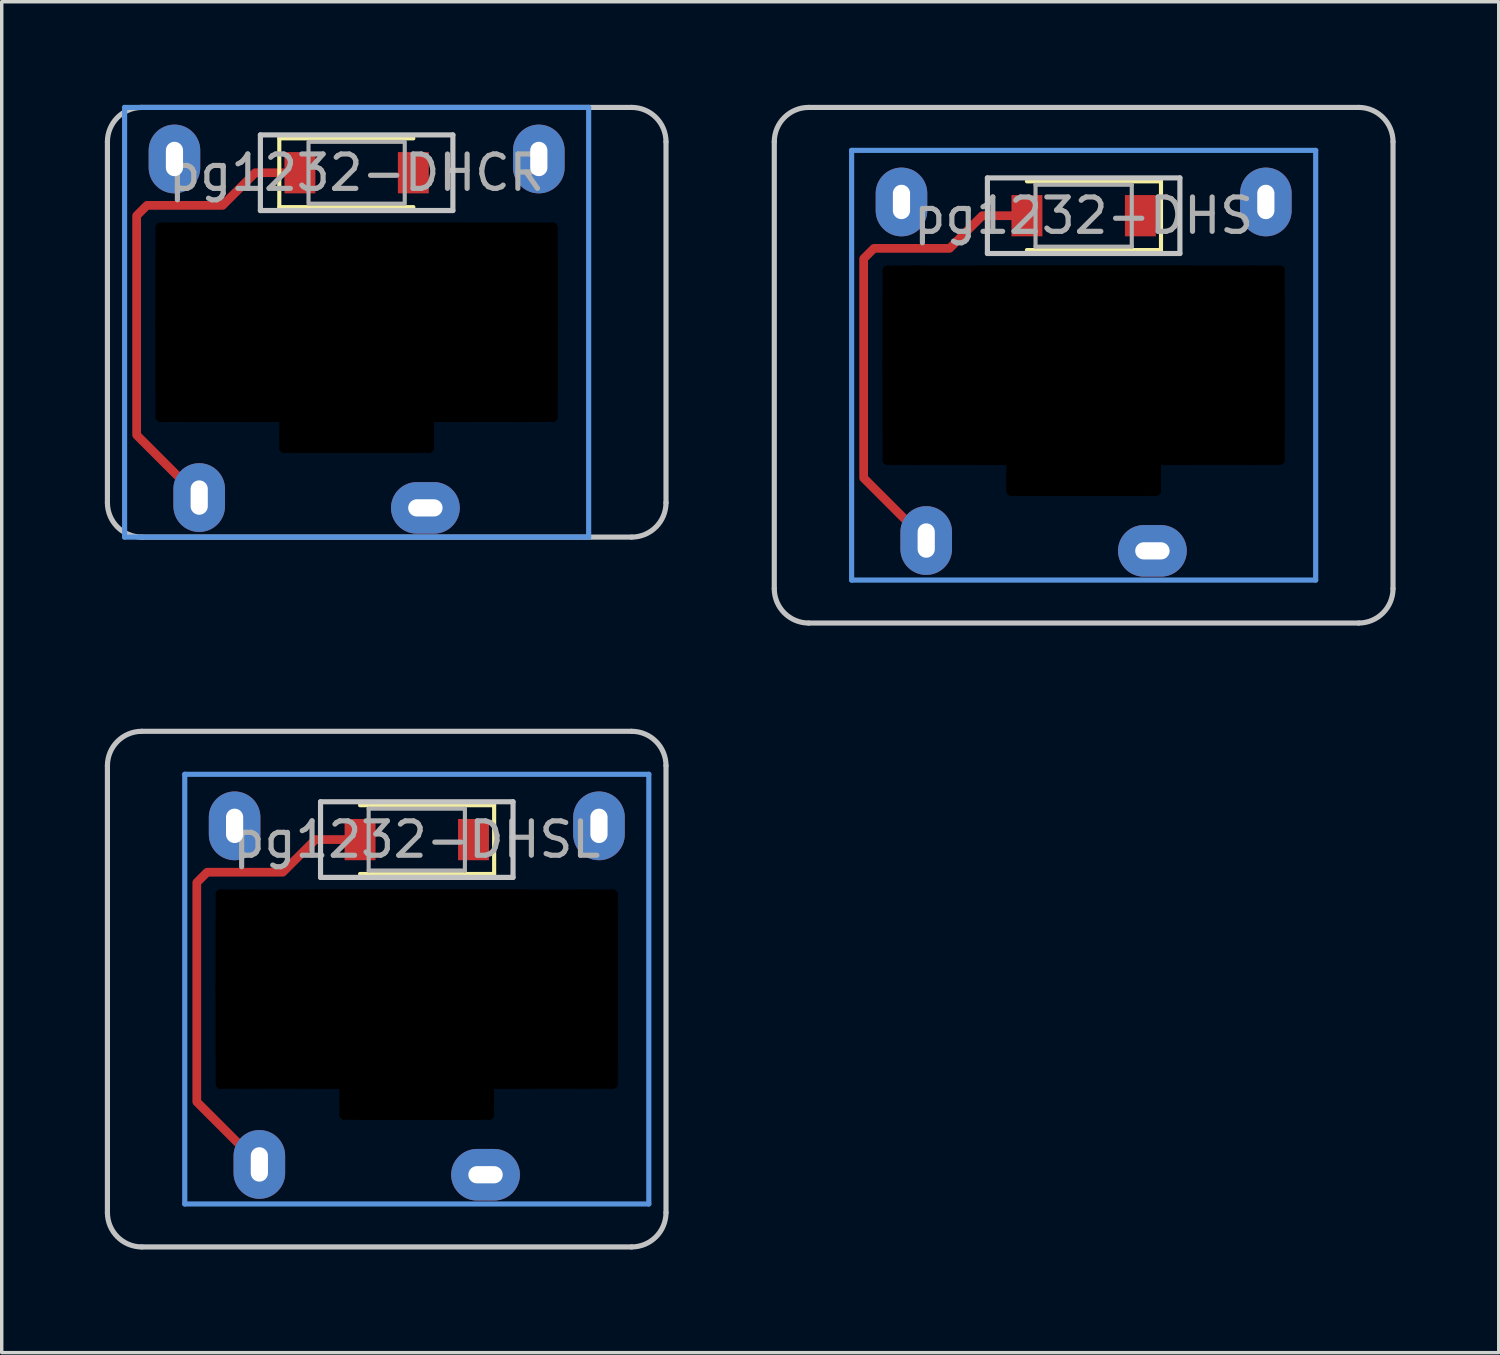
<source format=kicad_pcb>
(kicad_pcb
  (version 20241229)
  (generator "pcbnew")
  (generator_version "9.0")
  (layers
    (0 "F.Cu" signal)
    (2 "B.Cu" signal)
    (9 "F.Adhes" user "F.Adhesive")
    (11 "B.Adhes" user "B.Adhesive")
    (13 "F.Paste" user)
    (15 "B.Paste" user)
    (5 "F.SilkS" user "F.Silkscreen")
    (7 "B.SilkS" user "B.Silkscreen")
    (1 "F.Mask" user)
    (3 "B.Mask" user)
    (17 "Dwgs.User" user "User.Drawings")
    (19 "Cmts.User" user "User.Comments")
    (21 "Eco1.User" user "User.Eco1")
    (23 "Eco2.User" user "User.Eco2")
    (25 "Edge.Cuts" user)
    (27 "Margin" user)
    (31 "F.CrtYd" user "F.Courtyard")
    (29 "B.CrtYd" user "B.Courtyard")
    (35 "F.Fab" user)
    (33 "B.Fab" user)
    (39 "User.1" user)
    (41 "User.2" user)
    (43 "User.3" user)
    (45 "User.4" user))
  (footprint "pg1232-DHS"
    (layer "F.Cu")
    (at 28.475 3.225)
    (property "Reference" "pg1232-DHS" (at 0 0 0) (layer "F.Fab") (effects (font (size 1 1) (thickness 0.15))))
    (attr smd)
    (fp_line (start 2.25 -1) (end -1.65 -1) (stroke (width 0.12) (type solid)) (layer "F.SilkS"))
    (fp_line (start 2.25 -1) (end 2.25 1) (stroke (width 0.12) (type solid)) (layer "F.SilkS"))
    (fp_line (start 2.25 1) (end -1.65 1) (stroke (width 0.12) (type solid)) (layer "F.SilkS"))
    (fp_line (start -9 10.85) (end -9 -2.15) (stroke (width 0.15) (type solid)) (layer "Dwgs.User"))
    (fp_line (start -8 -3.15) (end 8 -3.15) (stroke (width 0.15) (type solid)) (layer "Dwgs.User"))
    (fp_line (start -2.8 -1.1) (end -2.8 1.1) (stroke (width 0.15) (type solid)) (layer "Dwgs.User"))
    (fp_line (start -2.8 1.1) (end 2.8 1.1) (stroke (width 0.15) (type solid)) (layer "Dwgs.User"))
    (fp_line (start 2.8 -1.1) (end -2.8 -1.1) (stroke (width 0.15) (type solid)) (layer "Dwgs.User"))
    (fp_line (start 2.8 1.1) (end 2.8 -1.1) (stroke (width 0.15) (type solid)) (layer "Dwgs.User"))
    (fp_line (start 8 11.85) (end -8 11.85) (stroke (width 0.15) (type solid)) (layer "Dwgs.User"))
    (fp_line (start 9 -2.15) (end 9 10.85) (stroke (width 0.15) (type solid)) (layer "Dwgs.User"))
    (fp_arc (start -9 -2.15) (mid -8.707107 -2.857107) (end -8 -3.15) (stroke (width 0.15) (type solid)) (layer "Dwgs.User"))
    (fp_arc (start -8 11.85) (mid -8.707107 11.557107) (end -9 10.85) (stroke (width 0.15) (type solid)) (layer "Dwgs.User"))
    (fp_arc (start 8 -3.15) (mid 8.707107 -2.857107) (end 9 -2.15) (stroke (width 0.15) (type solid)) (layer "Dwgs.User"))
    (fp_arc (start 9 10.85) (mid 8.707107 11.557107) (end 8 11.85) (stroke (width 0.15) (type solid)) (layer "Dwgs.User"))
    (fp_line (start -6.75 -1.9) (end -6.75 10.6) (stroke (width 0.15) (type solid)) (layer "Cmts.User"))
    (fp_line (start -6.75 10.6) (end 6.75 10.6) (stroke (width 0.15) (type solid)) (layer "Cmts.User"))
    (fp_line (start 6.75 -1.9) (end -6.75 -1.9) (stroke (width 0.15) (type solid)) (layer "Cmts.User"))
    (fp_line (start 6.75 10.6) (end 6.75 -1.9) (stroke (width 0.15) (type solid)) (layer "Cmts.User"))
    (fp_line (start -1.4 -0.9) (end -1.4 0.9) (stroke (width 0.12) (type solid)) (layer "F.Fab"))
    (fp_line (start -1.4 0.9) (end 1.4 0.9) (stroke (width 0.12) (type solid)) (layer "F.Fab"))
    (fp_line (start 1.4 -0.9) (end -1.4 -0.9) (stroke (width 0.12) (type solid)) (layer "F.Fab"))
    (fp_line (start 1.4 0.9) (end 1.4 -0.9) (stroke (width 0.12) (type solid)) (layer "F.Fab"))
    (pad "" np_thru_hole oval (at -5.7 4.35 90) (size 5.8 0.3) (drill oval 5.8 0.3) (layers "*.Mask"))
    (pad "" thru_hole oval (at -5.3 -0.4 90) (size 2 1.5) (drill oval 1 0.5) (layers "*.Cu" "B.Mask"))
    (pad "" np_thru_hole oval (at -4.85 4.35) (size 2 5.8) (drill oval 2 5.8) (layers "*.Mask"))
    (pad "" thru_hole oval (at -4.58 9.45 90) (size 2 1.5) (drill oval 1 0.5) (layers "*.Cu" "B.Mask"))
    (pad "" np_thru_hole oval (at -2.1 7.6 90) (size 1.1 0.3) (drill oval 1.1 0.3) (layers "*.Mask"))
    (pad "" smd custom (at -1.65 0) (size 0.254 0.254) (layers "F.Cu") (options (anchor circle)) (primitives (gr_line (start -4.75 7.63) (end -2.93 9.45) (width 0.254)) (gr_line (start 0 0) (end -1.3 0) (width 0.254)) (gr_line (start -1.3 0) (end -2.25 0.95) (width 0.254)) (gr_line (start -4.75 1.25) (end -4.75 7.63) (width 0.254)) (gr_line (start -2.25 0.95) (end -4.45 0.95) (width 0.254)) (gr_line (start -4.45 0.95) (end -4.75 1.25) (width 0.254))))
    (pad "" smd rect (at -1.65 0) (size 0.9 1.2) (layers "F.Cu" "F.Mask" "F.Paste"))
    (pad "" np_thru_hole oval (at 0 1.6) (size 11.7 0.3) (drill oval 11.7 0.3) (layers "*.Mask"))
    (pad "" np_thru_hole oval (at 0 4.35) (size 11.7 5.8) (drill oval 11.7 5.8) (layers "*.Mask"))
    (pad "" np_thru_hole oval (at 0 7.1) (size 11.7 0.3) (drill oval 11.7 0.3) (layers "*.Mask"))
    (pad "" np_thru_hole oval (at 0 7.65) (size 4.5 1) (drill oval 4.5 1) (layers "*.Mask"))
    (pad "" np_thru_hole oval (at 0 8) (size 4.5 0.3) (drill oval 4.5 0.3) (layers "*.Mask"))
    (pad "" np_thru_hole oval (at 2.1 7.6 90) (size 1.1 0.3) (drill oval 1.1 0.3) (layers "*.Mask"))
    (pad "" np_thru_hole oval (at 4.85 4.35) (size 2 5.8) (drill oval 2 5.8) (layers "*.Mask"))
    (pad "" thru_hole oval (at 5.3 -0.4 90) (size 2 1.5) (drill oval 1 0.5) (layers "*.Cu" "B.Mask"))
    (pad "" np_thru_hole oval (at 5.7 4.35 90) (size 5.8 0.3) (drill oval 5.8 0.3) (layers "*.Mask"))
    (pad "1" thru_hole oval (at 2 9.75) (size 2 1.5) (drill oval 1 0.5) (layers "*.Cu" "B.Mask"))
    (pad "2" smd rect (at 1.65 0) (size 0.9 1.2) (layers "F.Cu" "F.Mask" "F.Paste")))
  (footprint "pg1232-DHCR"
    (layer "F.Cu")
    (at 7.325 1.975)
    (property "Reference" "pg1232-DHCR" (at 0 0 0) (layer "F.Fab") (effects (font (size 1 1) (thickness 0.15))))
    (attr smd)
    (fp_line (start -2.25 -1) (end -2.25 1) (stroke (width 0.12) (type solid)) (layer "F.SilkS"))
    (fp_line (start -2.25 1) (end 1.65 1) (stroke (width 0.12) (type solid)) (layer "F.SilkS"))
    (fp_line (start 1.65 -1) (end -2.25 -1) (stroke (width 0.12) (type solid)) (layer "F.SilkS"))
    (fp_line (start -7.25 9.6) (end -7.25 -0.9) (stroke (width 0.15) (type solid)) (layer "Dwgs.User"))
    (fp_line (start -6.25 -1.9) (end 8 -1.9) (stroke (width 0.15) (type solid)) (layer "Dwgs.User"))
    (fp_line (start -2.8 -1.1) (end -2.8 1.1) (stroke (width 0.15) (type solid)) (layer "Dwgs.User"))
    (fp_line (start -2.8 1.1) (end 2.8 1.1) (stroke (width 0.15) (type solid)) (layer "Dwgs.User"))
    (fp_line (start 2.8 -1.1) (end -2.8 -1.1) (stroke (width 0.15) (type solid)) (layer "Dwgs.User"))
    (fp_line (start 2.8 1.1) (end 2.8 -1.1) (stroke (width 0.15) (type solid)) (layer "Dwgs.User"))
    (fp_line (start 8 10.6) (end -6.25 10.6) (stroke (width 0.15) (type solid)) (layer "Dwgs.User"))
    (fp_line (start 9 -0.9) (end 9 9.6) (stroke (width 0.15) (type solid)) (layer "Dwgs.User"))
    (fp_arc (start -7.25 -0.9) (mid -6.957107 -1.607107) (end -6.25 -1.9) (stroke (width 0.15) (type solid)) (layer "Dwgs.User"))
    (fp_arc (start -6.25 10.6) (mid -6.957107 10.307107) (end -7.25 9.6) (stroke (width 0.15) (type solid)) (layer "Dwgs.User"))
    (fp_arc (start 8 -1.9) (mid 8.707107 -1.607107) (end 9 -0.9) (stroke (width 0.15) (type solid)) (layer "Dwgs.User"))
    (fp_arc (start 9 9.6) (mid 8.707107 10.307107) (end 8 10.6) (stroke (width 0.15) (type solid)) (layer "Dwgs.User"))
    (fp_line (start -6.75 -1.9) (end -6.75 10.6) (stroke (width 0.15) (type solid)) (layer "Cmts.User"))
    (fp_line (start -6.75 10.6) (end 6.75 10.6) (stroke (width 0.15) (type solid)) (layer "Cmts.User"))
    (fp_line (start 6.75 -1.9) (end -6.75 -1.9) (stroke (width 0.15) (type solid)) (layer "Cmts.User"))
    (fp_line (start 6.75 10.6) (end 6.75 -1.9) (stroke (width 0.15) (type solid)) (layer "Cmts.User"))
    (fp_rect (start 1.4 0.9) (end -1.4 -0.9) (stroke (width 0.12) (type solid)) (fill no) (layer "F.Fab"))
    (pad "" np_thru_hole oval (at -5.7 4.35 90) (size 5.8 0.3) (drill oval 5.8 0.3) (layers "*.Mask"))
    (pad "" np_thru_hole oval (at -4.85 4.35) (size 2 5.8) (drill oval 2 5.8) (layers "*.Mask"))
    (pad "" np_thru_hole oval (at -2.1 7.6 90) (size 1.1 0.3) (drill oval 1.1 0.3) (layers "*.Mask"))
    (pad "" np_thru_hole oval (at 0 1.6) (size 11.7 0.3) (drill oval 11.7 0.3) (layers "*.Mask"))
    (pad "" np_thru_hole oval (at 0 4.35) (size 11.7 5.8) (drill oval 11.7 5.8) (layers "*.Mask"))
    (pad "" np_thru_hole oval (at 0 7.1) (size 11.7 0.3) (drill oval 11.7 0.3) (layers "*.Mask"))
    (pad "" np_thru_hole oval (at 0 7.65) (size 4.5 1) (drill oval 4.5 1) (layers "*.Mask"))
    (pad "" np_thru_hole oval (at 0 8) (size 4.5 0.3) (drill oval 4.5 0.3) (layers "*.Mask"))
    (pad "" np_thru_hole oval (at 2.1 7.6 90) (size 1.1 0.3) (drill oval 1.1 0.3) (layers "*.Mask"))
    (pad "" np_thru_hole oval (at 4.85 4.35) (size 2 5.8) (drill oval 2 5.8) (layers "*.Mask"))
    (pad "" np_thru_hole oval (at 5.7 4.35 90) (size 5.8 0.3) (drill oval 5.8 0.3) (layers "*.Mask"))
    (pad "1" thru_hole oval (at 2 9.75) (size 2 1.5) (drill oval 1 0.5) (layers "*.Cu" "B.Mask"))
    (pad "2" smd rect (at 1.65 0) (size 0.9 1.2) (layers "F.Cu" "F.Mask" "F.Paste"))
    (pad "3" thru_hole oval (at -4.58 9.45 90) (size 2 1.5) (drill oval 1 0.5) (layers "*.Cu" "B.Mask"))
    (pad "3" smd custom (at -1.65 0) (size 0.254 0.254) (layers "F.Cu") (options (anchor circle)) (primitives (gr_line (start 0 0) (end -1.3 0) (width 0.254)) (gr_line (start -1.3 0) (end -2.25 0.95) (width 0.254)) (gr_line (start -2.25 0.95) (end -4.45 0.95) (width 0.254)) (gr_line (start -4.45 0.95) (end -4.75 1.25) (width 0.254)) (gr_line (start -4.75 1.25) (end -4.75 7.63) (width 0.254)) (gr_line (start -4.75 7.63) (end -2.93 9.45) (width 0.254))))
    (pad "3" smd rect (at -1.65 0) (size 0.9 1.2) (layers "F.Cu" "F.Mask" "F.Paste"))
    (pad "4" thru_hole oval (at 5.3 -0.4 90) (size 2 1.5) (drill oval 1 0.5) (layers "*.Cu" "B.Mask"))
    (pad "5" thru_hole oval (at -5.3 -0.4 90) (size 2 1.5) (drill oval 1 0.5) (layers "*.Cu" "B.Mask")))
  (footprint "pg1232-DHSL"
    (layer "F.Cu")
    (at 9.075 21.375)
    (property "Reference" "pg1232-DHSL" (at 0 0 0) (layer "F.Fab") (effects (font (size 1 1) (thickness 0.15))))
    (attr smd)
    (fp_line (start 2.25 -1) (end -1.65 -1) (stroke (width 0.12) (type solid)) (layer "F.SilkS"))
    (fp_line (start 2.25 -1) (end 2.25 1) (stroke (width 0.12) (type solid)) (layer "F.SilkS"))
    (fp_line (start 2.25 1) (end -1.65 1) (stroke (width 0.12) (type solid)) (layer "F.SilkS"))
    (fp_line (start -9 10.85) (end -9 -2.15) (stroke (width 0.15) (type solid)) (layer "Dwgs.User"))
    (fp_line (start -8 -3.15) (end 6.25 -3.15) (stroke (width 0.15) (type solid)) (layer "Dwgs.User"))
    (fp_line (start -2.8 -1.1) (end -2.8 1.1) (stroke (width 0.15) (type solid)) (layer "Dwgs.User"))
    (fp_line (start -2.8 1.1) (end 2.8 1.1) (stroke (width 0.15) (type solid)) (layer "Dwgs.User"))
    (fp_line (start 2.8 -1.1) (end -2.8 -1.1) (stroke (width 0.15) (type solid)) (layer "Dwgs.User"))
    (fp_line (start 2.8 1.1) (end 2.8 -1.1) (stroke (width 0.15) (type solid)) (layer "Dwgs.User"))
    (fp_line (start 6.25 11.85) (end -8 11.85) (stroke (width 0.15) (type solid)) (layer "Dwgs.User"))
    (fp_line (start 7.25 -2.15) (end 7.25 10.85) (stroke (width 0.15) (type solid)) (layer "Dwgs.User"))
    (fp_arc (start -9 -2.15) (mid -8.707107 -2.857107) (end -8 -3.15) (stroke (width 0.15) (type solid)) (layer "Dwgs.User"))
    (fp_arc (start -8 11.85) (mid -8.707107 11.557107) (end -9 10.85) (stroke (width 0.15) (type solid)) (layer "Dwgs.User"))
    (fp_arc (start 6.25 -3.15) (mid 6.957107 -2.857107) (end 7.25 -2.15) (stroke (width 0.15) (type solid)) (layer "Dwgs.User"))
    (fp_arc (start 7.25 10.85) (mid 6.957107 11.557107) (end 6.25 11.85) (stroke (width 0.15) (type solid)) (layer "Dwgs.User"))
    (fp_line (start -6.75 -1.9) (end -6.75 10.6) (stroke (width 0.15) (type solid)) (layer "Cmts.User"))
    (fp_line (start -6.75 10.6) (end 6.75 10.6) (stroke (width 0.15) (type solid)) (layer "Cmts.User"))
    (fp_line (start 6.75 -1.9) (end -6.75 -1.9) (stroke (width 0.15) (type solid)) (layer "Cmts.User"))
    (fp_line (start 6.75 10.6) (end 6.75 -1.9) (stroke (width 0.15) (type solid)) (layer "Cmts.User"))
    (fp_line (start -1.4 -0.9) (end -1.4 0.9) (stroke (width 0.12) (type solid)) (layer "F.Fab"))
    (fp_line (start -1.4 0.9) (end 1.4 0.9) (stroke (width 0.12) (type solid)) (layer "F.Fab"))
    (fp_line (start 1.4 -0.9) (end -1.4 -0.9) (stroke (width 0.12) (type solid)) (layer "F.Fab"))
    (fp_line (start 1.4 0.9) (end 1.4 -0.9) (stroke (width 0.12) (type solid)) (layer "F.Fab"))
    (pad "" np_thru_hole oval (at -5.7 4.35 90) (size 5.8 0.3) (drill oval 5.8 0.3) (layers "*.Mask"))
    (pad "" thru_hole oval (at -5.3 -0.4 90) (size 2 1.5) (drill oval 1 0.5) (layers "*.Cu" "B.Mask"))
    (pad "" np_thru_hole oval (at -4.85 4.35) (size 2 5.8) (drill oval 2 5.8) (layers "*.Mask"))
    (pad "" thru_hole oval (at -4.58 9.45 90) (size 2 1.5) (drill oval 1 0.5) (layers "*.Cu" "B.Mask"))
    (pad "" np_thru_hole oval (at -2.1 7.6 90) (size 1.1 0.3) (drill oval 1.1 0.3) (layers "*.Mask"))
    (pad "" smd custom (at -1.65 0) (size 0.254 0.254) (layers "F.Cu") (options (anchor circle)) (primitives (gr_line (start -4.75 7.63) (end -2.93 9.45) (width 0.254)) (gr_line (start 0 0) (end -1.3 0) (width 0.254)) (gr_line (start -1.3 0) (end -2.25 0.95) (width 0.254)) (gr_line (start -4.75 1.25) (end -4.75 7.63) (width 0.254)) (gr_line (start -2.25 0.95) (end -4.45 0.95) (width 0.254)) (gr_line (start -4.45 0.95) (end -4.75 1.25) (width 0.254))))
    (pad "" smd rect (at -1.65 0) (size 0.9 1.2) (layers "F.Cu" "F.Mask" "F.Paste"))
    (pad "" np_thru_hole oval (at 0 1.6) (size 11.7 0.3) (drill oval 11.7 0.3) (layers "*.Mask"))
    (pad "" np_thru_hole oval (at 0 4.35) (size 11.7 5.8) (drill oval 11.7 5.8) (layers "*.Mask"))
    (pad "" np_thru_hole oval (at 0 7.1) (size 11.7 0.3) (drill oval 11.7 0.3) (layers "*.Mask"))
    (pad "" np_thru_hole oval (at 0 7.65) (size 4.5 1) (drill oval 4.5 1) (layers "*.Mask"))
    (pad "" np_thru_hole oval (at 0 8) (size 4.5 0.3) (drill oval 4.5 0.3) (layers "*.Mask"))
    (pad "" np_thru_hole oval (at 2.1 7.6 90) (size 1.1 0.3) (drill oval 1.1 0.3) (layers "*.Mask"))
    (pad "" np_thru_hole oval (at 4.85 4.35) (size 2 5.8) (drill oval 2 5.8) (layers "*.Mask"))
    (pad "" thru_hole oval (at 5.3 -0.4 90) (size 2 1.5) (drill oval 1 0.5) (layers "*.Cu" "B.Mask"))
    (pad "" np_thru_hole oval (at 5.7 4.35 90) (size 5.8 0.3) (drill oval 5.8 0.3) (layers "*.Mask"))
    (pad "1" thru_hole oval (at 2 9.75) (size 2 1.5) (drill oval 1 0.5) (layers "*.Cu" "B.Mask"))
    (pad "2" smd rect (at 1.65 0) (size 0.9 1.2) (layers "F.Cu" "F.Mask" "F.Paste")))
  (gr_rect
    (start -3 -3)
    (end 40.55 36.3)
    (stroke (width 0.1) (type default))
    (fill no)
    (layer "Edge.Cuts")))
</source>
